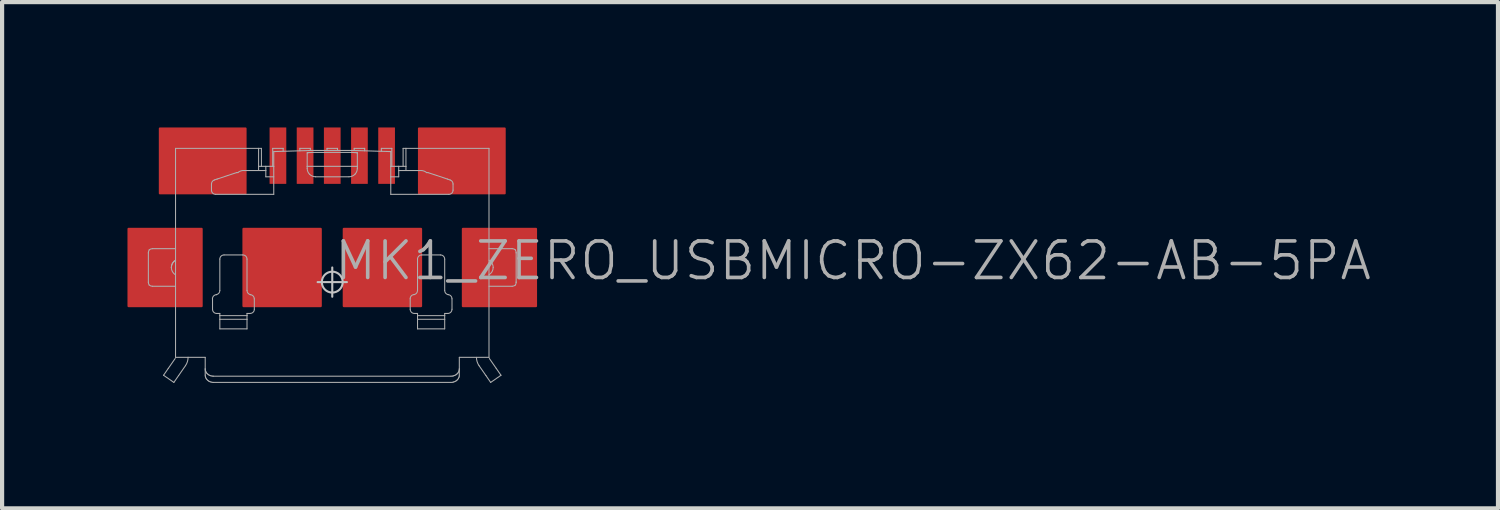
<source format=kicad_pcb>
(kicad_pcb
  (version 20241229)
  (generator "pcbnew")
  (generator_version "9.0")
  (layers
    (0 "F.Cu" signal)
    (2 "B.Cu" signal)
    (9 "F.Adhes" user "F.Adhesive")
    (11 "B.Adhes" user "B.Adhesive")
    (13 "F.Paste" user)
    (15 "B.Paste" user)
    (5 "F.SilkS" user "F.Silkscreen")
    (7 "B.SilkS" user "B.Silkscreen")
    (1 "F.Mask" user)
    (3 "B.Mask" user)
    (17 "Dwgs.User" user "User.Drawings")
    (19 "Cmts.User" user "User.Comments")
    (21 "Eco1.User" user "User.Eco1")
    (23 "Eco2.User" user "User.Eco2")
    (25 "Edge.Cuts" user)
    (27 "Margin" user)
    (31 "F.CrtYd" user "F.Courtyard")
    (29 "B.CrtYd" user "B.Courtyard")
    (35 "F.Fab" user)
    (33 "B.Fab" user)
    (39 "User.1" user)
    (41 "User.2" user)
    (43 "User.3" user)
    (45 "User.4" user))
  (footprint "MK1_ZERO_USBMICRO-ZX62-AB-5PA"
    (layer "F.Cu")
    (at 4.9 3.7)
    (property "Reference" "MK1_ZERO_USBMICRO-ZX62-AB-5PA" (at 0 0 0) (layer "F.Fab") (effects (font (size 0.874 0.874) (thickness 0.087)) (justify left bottom)))
    (attr through_hole)
    (fp_line (start 0 -0.35) (end 0 0.35) (stroke (width 0.05) (type solid)) (layer "Dwgs.User"))
    (fp_line (start 0.35 0) (end -0.35 0) (stroke (width 0.05) (type solid)) (layer "Dwgs.User"))
    (fp_circle (center 0 0) (end 0.25 0) (stroke (width 0.05) (type solid)) (fill no) (layer "Dwgs.User"))
    (fp_line (start -4.4 0) (end -4.4 -0.7) (stroke (width 0.025) (type solid)) (layer "F.Fab"))
    (fp_line (start -4.304 -0.8) (end -3.75 -0.8) (stroke (width 0.025) (type solid)) (layer "F.Fab"))
    (fp_line (start -4.037 2.229) (end -3.79 2.4) (stroke (width 0.025) (type solid)) (layer "F.Fab"))
    (fp_line (start -3.923 2.064) (end -4.037 2.229) (stroke (width 0.025) (type solid)) (layer "F.Fab"))
    (fp_line (start -3.79 2.4) (end -3.676 2.235) (stroke (width 0.025) (type solid)) (layer "F.Fab"))
    (fp_line (start -3.759 1.828) (end -3.923 2.064) (stroke (width 0.025) (type solid)) (layer "F.Fab"))
    (fp_line (start -3.75 -3.2) (end -3.75 -0.8) (stroke (width 0.025) (type solid)) (layer "F.Fab"))
    (fp_line (start -3.75 -0.8) (end -3.75 -0.524) (stroke (width 0.025) (type solid)) (layer "F.Fab"))
    (fp_line (start -3.75 -0.524) (end -3.75 -0.523) (stroke (width 0.025) (type solid)) (layer "F.Fab"))
    (fp_line (start -3.75 -0.523) (end -3.75 0.1) (stroke (width 0.025) (type solid)) (layer "F.Fab"))
    (fp_line (start -3.75 0.1) (end -4.304 0.1) (stroke (width 0.025) (type solid)) (layer "F.Fab"))
    (fp_line (start -3.75 0.1) (end -3.75 1.8) (stroke (width 0.025) (type solid)) (layer "F.Fab"))
    (fp_line (start -3.75 1.8) (end -3.45 1.8) (stroke (width 0.025) (type solid)) (layer "F.Fab"))
    (fp_line (start -3.676 2.235) (end -3.512 1.999) (stroke (width 0.025) (type solid)) (layer "F.Fab"))
    (fp_line (start -3.45 1.8) (end -3.04 1.8) (stroke (width 0.025) (type solid)) (layer "F.Fab"))
    (fp_line (start -3.04 1.8) (end -3.04 2.077) (stroke (width 0.025) (type solid)) (layer "F.Fab"))
    (fp_line (start -3.04 2.077) (end -3.04 2.226) (stroke (width 0.025) (type solid)) (layer "F.Fab"))
    (fp_line (start -3.04 2.226) (end -3.037 2.253) (stroke (width 0.025) (type solid)) (layer "F.Fab"))
    (fp_line (start -3.037 2.105) (end -3.04 2.077) (stroke (width 0.025) (type solid)) (layer "F.Fab"))
    (fp_line (start -3.037 2.253) (end -3.03 2.28) (stroke (width 0.025) (type solid)) (layer "F.Fab"))
    (fp_line (start -3.03 2.131) (end -3.037 2.105) (stroke (width 0.025) (type solid)) (layer "F.Fab"))
    (fp_line (start -3.03 2.28) (end -3.018 2.305) (stroke (width 0.025) (type solid)) (layer "F.Fab"))
    (fp_line (start -3.018 2.156) (end -3.03 2.131) (stroke (width 0.025) (type solid)) (layer "F.Fab"))
    (fp_line (start -3.018 2.305) (end -3.002 2.328) (stroke (width 0.025) (type solid)) (layer "F.Fab"))
    (fp_line (start -3.002 2.18) (end -3.018 2.156) (stroke (width 0.025) (type solid)) (layer "F.Fab"))
    (fp_line (start -3.002 2.328) (end -2.981 2.349) (stroke (width 0.025) (type solid)) (layer "F.Fab"))
    (fp_line (start -2.981 2.2) (end -3.002 2.18) (stroke (width 0.025) (type solid)) (layer "F.Fab"))
    (fp_line (start -2.981 2.349) (end -2.958 2.367) (stroke (width 0.025) (type solid)) (layer "F.Fab"))
    (fp_line (start -2.958 2.218) (end -2.981 2.2) (stroke (width 0.025) (type solid)) (layer "F.Fab"))
    (fp_line (start -2.958 2.367) (end -2.931 2.381) (stroke (width 0.025) (type solid)) (layer "F.Fab"))
    (fp_line (start -2.931 2.232) (end -2.958 2.218) (stroke (width 0.025) (type solid)) (layer "F.Fab"))
    (fp_line (start -2.931 2.381) (end -2.902 2.391) (stroke (width 0.025) (type solid)) (layer "F.Fab"))
    (fp_line (start -2.902 2.243) (end -2.931 2.232) (stroke (width 0.025) (type solid)) (layer "F.Fab"))
    (fp_line (start -2.902 2.391) (end -2.871 2.398) (stroke (width 0.025) (type solid)) (layer "F.Fab"))
    (fp_line (start -2.89 -2.348) (end -2.89 -2.2) (stroke (width 0.025) (type solid)) (layer "F.Fab"))
    (fp_line (start -2.871 2.249) (end -2.902 2.243) (stroke (width 0.025) (type solid)) (layer "F.Fab"))
    (fp_line (start -2.871 2.398) (end -2.84 2.4) (stroke (width 0.025) (type solid)) (layer "F.Fab"))
    (fp_line (start -2.865 0.65) (end -2.865 0.4) (stroke (width 0.025) (type solid)) (layer "F.Fab"))
    (fp_line (start -2.84 2.251) (end -2.871 2.249) (stroke (width 0.025) (type solid)) (layer "F.Fab"))
    (fp_line (start -2.84 2.4) (end 2.84 2.4) (stroke (width 0.025) (type solid)) (layer "F.Fab"))
    (fp_line (start -2.79 -2.1) (end -1.4 -2.1) (stroke (width 0.025) (type solid)) (layer "F.Fab"))
    (fp_line (start -2.755 -2.466) (end -2.822 -2.443) (stroke (width 0.025) (type solid)) (layer "F.Fab"))
    (fp_line (start -2.69 0.201) (end -2.69 -0.55) (stroke (width 0.025) (type solid)) (layer "F.Fab"))
    (fp_line (start -2.69 0.75) (end -2.765 0.75) (stroke (width 0.025) (type solid)) (layer "F.Fab"))
    (fp_line (start -2.69 0.802) (end -2.69 0.75) (stroke (width 0.025) (type solid)) (layer "F.Fab"))
    (fp_line (start -2.69 0.89) (end -2.69 0.802) (stroke (width 0.025) (type solid)) (layer "F.Fab"))
    (fp_line (start -2.69 1.119) (end -2.69 0.89) (stroke (width 0.025) (type solid)) (layer "F.Fab"))
    (fp_line (start -2.59 -0.65) (end -2.14 -0.65) (stroke (width 0.025) (type solid)) (layer "F.Fab"))
    (fp_line (start -2.5 -2.551) (end -2.755 -2.466) (stroke (width 0.025) (type solid)) (layer "F.Fab"))
    (fp_line (start -2.29 -2.62) (end -2.5 -2.551) (stroke (width 0.025) (type solid)) (layer "F.Fab"))
    (fp_line (start -2.258 -2.62) (end -2.29 -2.62) (stroke (width 0.025) (type solid)) (layer "F.Fab"))
    (fp_line (start -2.04 -0.55) (end -2.04 0.201) (stroke (width 0.025) (type solid)) (layer "F.Fab"))
    (fp_line (start -2.04 0.75) (end -2.04 0.802) (stroke (width 0.025) (type solid)) (layer "F.Fab"))
    (fp_line (start -2.04 0.802) (end -2.69 0.802) (stroke (width 0.025) (type solid)) (layer "F.Fab"))
    (fp_line (start -2.04 0.802) (end -2.04 0.89) (stroke (width 0.025) (type solid)) (layer "F.Fab"))
    (fp_line (start -2.04 0.89) (end -2.69 0.89) (stroke (width 0.025) (type solid)) (layer "F.Fab"))
    (fp_line (start -2.04 0.89) (end -2.04 1.119) (stroke (width 0.025) (type solid)) (layer "F.Fab"))
    (fp_line (start -2.04 1.119) (end -2.69 1.119) (stroke (width 0.025) (type solid)) (layer "F.Fab"))
    (fp_line (start -1.965 0.75) (end -2.04 0.75) (stroke (width 0.025) (type solid)) (layer "F.Fab"))
    (fp_line (start -1.865 0.4) (end -1.865 0.65) (stroke (width 0.025) (type solid)) (layer "F.Fab"))
    (fp_line (start -1.763 -3.2) (end -3.75 -3.2) (stroke (width 0.025) (type solid)) (layer "F.Fab"))
    (fp_line (start -1.763 -3.2) (end -1.695 -3.2) (stroke (width 0.025) (type solid)) (layer "F.Fab"))
    (fp_line (start -1.763 -2.77) (end -1.763 -3.2) (stroke (width 0.025) (type solid)) (layer "F.Fab"))
    (fp_line (start -1.763 -2.77) (end -1.763 -2.67) (stroke (width 0.025) (type solid)) (layer "F.Fab"))
    (fp_line (start -1.763 -2.77) (end -1.59 -2.77) (stroke (width 0.025) (type solid)) (layer "F.Fab"))
    (fp_line (start -1.763 -2.67) (end -2.112 -2.67) (stroke (width 0.025) (type solid)) (layer "F.Fab"))
    (fp_line (start -1.695 -3.2) (end -1.695 -2.77) (stroke (width 0.025) (type solid)) (layer "F.Fab"))
    (fp_line (start -1.59 -2.77) (end -1.59 -2.67) (stroke (width 0.025) (type solid)) (layer "F.Fab"))
    (fp_line (start -1.59 -2.77) (end -1.4 -2.77) (stroke (width 0.025) (type solid)) (layer "F.Fab"))
    (fp_line (start -1.59 -2.67) (end -1.763 -2.67) (stroke (width 0.025) (type solid)) (layer "F.Fab"))
    (fp_line (start -1.59 -2.52) (end -1.59 -2.67) (stroke (width 0.025) (type solid)) (layer "F.Fab"))
    (fp_line (start -1.425 -3.2) (end -1.175 -3.2) (stroke (width 0.025) (type solid)) (layer "F.Fab"))
    (fp_line (start -1.425 -2.77) (end -1.425 -3.2) (stroke (width 0.025) (type solid)) (layer "F.Fab"))
    (fp_line (start -1.4 -3.123) (end -1.4 -2.77) (stroke (width 0.025) (type solid)) (layer "F.Fab"))
    (fp_line (start -1.4 -2.52) (end -1.59 -2.52) (stroke (width 0.025) (type solid)) (layer "F.Fab"))
    (fp_line (start -1.4 -2.1) (end -1.4 -2.77) (stroke (width 0.025) (type solid)) (layer "F.Fab"))
    (fp_line (start -1.175 -3.13) (end -1.175 -3.2) (stroke (width 0.025) (type solid)) (layer "F.Fab"))
    (fp_line (start -0.775 -3.2) (end -0.775 -3.142) (stroke (width 0.025) (type solid)) (layer "F.Fab"))
    (fp_line (start -0.775 -3.2) (end -0.525 -3.2) (stroke (width 0.025) (type solid)) (layer "F.Fab"))
    (fp_line (start -0.6 -3.092) (end -0.597 -3.094) (stroke (width 0.025) (type solid)) (layer "F.Fab"))
    (fp_line (start -0.6 -2.77) (end -0.6 -3.092) (stroke (width 0.025) (type solid)) (layer "F.Fab"))
    (fp_line (start -0.6 -2.77) (end 0.6 -2.77) (stroke (width 0.025) (type solid)) (layer "F.Fab"))
    (fp_line (start -0.6 -2.72) (end -0.6 -2.77) (stroke (width 0.025) (type solid)) (layer "F.Fab"))
    (fp_line (start -0.597 -3.094) (end -0.59 -3.096) (stroke (width 0.025) (type solid)) (layer "F.Fab"))
    (fp_line (start -0.59 -3.096) (end -0.578 -3.097) (stroke (width 0.025) (type solid)) (layer "F.Fab"))
    (fp_line (start -0.578 -3.097) (end -0.562 -3.099) (stroke (width 0.025) (type solid)) (layer "F.Fab"))
    (fp_line (start -0.562 -3.099) (end -0.541 -3.1) (stroke (width 0.025) (type solid)) (layer "F.Fab"))
    (fp_line (start -0.541 -3.1) (end -0.518 -3.101) (stroke (width 0.025) (type solid)) (layer "F.Fab"))
    (fp_line (start -0.525 -3.15) (end -0.525 -3.2) (stroke (width 0.025) (type solid)) (layer "F.Fab"))
    (fp_line (start -0.518 -3.101) (end -0.491 -3.102) (stroke (width 0.025) (type solid)) (layer "F.Fab"))
    (fp_line (start -0.5 -3.15) (end -1.4 -3.123) (stroke (width 0.025) (type solid)) (layer "F.Fab"))
    (fp_line (start -0.491 -3.102) (end -0.462 -3.103) (stroke (width 0.025) (type solid)) (layer "F.Fab"))
    (fp_line (start -0.462 -3.103) (end 0.462 -3.103) (stroke (width 0.025) (type solid)) (layer "F.Fab"))
    (fp_line (start -0.125 -3.2) (end -0.125 -3.15) (stroke (width 0.025) (type solid)) (layer "F.Fab"))
    (fp_line (start -0.125 -3.2) (end 0.125 -3.2) (stroke (width 0.025) (type solid)) (layer "F.Fab"))
    (fp_line (start 0.125 -3.15) (end 0.125 -3.2) (stroke (width 0.025) (type solid)) (layer "F.Fab"))
    (fp_line (start 0.4 -2.52) (end -0.4 -2.52) (stroke (width 0.025) (type solid)) (layer "F.Fab"))
    (fp_line (start 0.462 -3.103) (end 0.491 -3.102) (stroke (width 0.025) (type solid)) (layer "F.Fab"))
    (fp_line (start 0.491 -3.102) (end 0.518 -3.101) (stroke (width 0.025) (type solid)) (layer "F.Fab"))
    (fp_line (start 0.5 -3.15) (end -0.5 -3.15) (stroke (width 0.025) (type solid)) (layer "F.Fab"))
    (fp_line (start 0.518 -3.101) (end 0.541 -3.1) (stroke (width 0.025) (type solid)) (layer "F.Fab"))
    (fp_line (start 0.525 -3.2) (end 0.525 -3.15) (stroke (width 0.025) (type solid)) (layer "F.Fab"))
    (fp_line (start 0.525 -3.2) (end 0.775 -3.2) (stroke (width 0.025) (type solid)) (layer "F.Fab"))
    (fp_line (start 0.541 -3.1) (end 0.562 -3.099) (stroke (width 0.025) (type solid)) (layer "F.Fab"))
    (fp_line (start 0.562 -3.099) (end 0.578 -3.097) (stroke (width 0.025) (type solid)) (layer "F.Fab"))
    (fp_line (start 0.578 -3.097) (end 0.59 -3.096) (stroke (width 0.025) (type solid)) (layer "F.Fab"))
    (fp_line (start 0.59 -3.096) (end 0.598 -3.094) (stroke (width 0.025) (type solid)) (layer "F.Fab"))
    (fp_line (start 0.598 -3.094) (end 0.6 -3.092) (stroke (width 0.025) (type solid)) (layer "F.Fab"))
    (fp_line (start 0.6 -3.092) (end 0.6 -2.77) (stroke (width 0.025) (type solid)) (layer "F.Fab"))
    (fp_line (start 0.6 -2.77) (end 0.6 -2.72) (stroke (width 0.025) (type solid)) (layer "F.Fab"))
    (fp_line (start 0.775 -3.142) (end 0.775 -3.2) (stroke (width 0.025) (type solid)) (layer "F.Fab"))
    (fp_line (start 1.175 -3.2) (end 1.175 -3.13) (stroke (width 0.025) (type solid)) (layer "F.Fab"))
    (fp_line (start 1.175 -3.2) (end 1.425 -3.2) (stroke (width 0.025) (type solid)) (layer "F.Fab"))
    (fp_line (start 1.4 -3.123) (end 0.5 -3.15) (stroke (width 0.025) (type solid)) (layer "F.Fab"))
    (fp_line (start 1.4 -2.77) (end 1.4 -3.123) (stroke (width 0.025) (type solid)) (layer "F.Fab"))
    (fp_line (start 1.4 -2.77) (end 1.59 -2.77) (stroke (width 0.025) (type solid)) (layer "F.Fab"))
    (fp_line (start 1.4 -2.52) (end 1.4 -2.77) (stroke (width 0.025) (type solid)) (layer "F.Fab"))
    (fp_line (start 1.4 -2.1) (end 1.4 -2.52) (stroke (width 0.025) (type solid)) (layer "F.Fab"))
    (fp_line (start 1.425 -3.2) (end 1.425 -2.77) (stroke (width 0.025) (type solid)) (layer "F.Fab"))
    (fp_line (start 1.59 -2.77) (end 1.59 -2.67) (stroke (width 0.025) (type solid)) (layer "F.Fab"))
    (fp_line (start 1.59 -2.67) (end 1.59 -2.52) (stroke (width 0.025) (type solid)) (layer "F.Fab"))
    (fp_line (start 1.59 -2.67) (end 2.112 -2.67) (stroke (width 0.025) (type solid)) (layer "F.Fab"))
    (fp_line (start 1.59 -2.52) (end 1.4 -2.52) (stroke (width 0.025) (type solid)) (layer "F.Fab"))
    (fp_line (start 1.695 -3.2) (end 1.695 -2.77) (stroke (width 0.025) (type solid)) (layer "F.Fab"))
    (fp_line (start 1.763 -3.2) (end 1.695 -3.2) (stroke (width 0.025) (type solid)) (layer "F.Fab"))
    (fp_line (start 1.763 -3.2) (end 1.763 -2.77) (stroke (width 0.025) (type solid)) (layer "F.Fab"))
    (fp_line (start 1.763 -2.77) (end 1.59 -2.77) (stroke (width 0.025) (type solid)) (layer "F.Fab"))
    (fp_line (start 1.763 -2.77) (end 1.763 -2.67) (stroke (width 0.025) (type solid)) (layer "F.Fab"))
    (fp_line (start 1.865 0.65) (end 1.865 0.4) (stroke (width 0.025) (type solid)) (layer "F.Fab"))
    (fp_line (start 2.04 0.201) (end 2.04 -0.55) (stroke (width 0.025) (type solid)) (layer "F.Fab"))
    (fp_line (start 2.04 0.75) (end 1.965 0.75) (stroke (width 0.025) (type solid)) (layer "F.Fab"))
    (fp_line (start 2.04 0.802) (end 2.04 0.75) (stroke (width 0.025) (type solid)) (layer "F.Fab"))
    (fp_line (start 2.04 0.802) (end 2.69 0.802) (stroke (width 0.025) (type solid)) (layer "F.Fab"))
    (fp_line (start 2.04 0.89) (end 2.04 0.802) (stroke (width 0.025) (type solid)) (layer "F.Fab"))
    (fp_line (start 2.04 0.89) (end 2.69 0.89) (stroke (width 0.025) (type solid)) (layer "F.Fab"))
    (fp_line (start 2.04 1.119) (end 2.04 0.89) (stroke (width 0.025) (type solid)) (layer "F.Fab"))
    (fp_line (start 2.14 -0.65) (end 2.59 -0.65) (stroke (width 0.025) (type solid)) (layer "F.Fab"))
    (fp_line (start 2.258 -2.62) (end 2.29 -2.62) (stroke (width 0.025) (type solid)) (layer "F.Fab"))
    (fp_line (start 2.29 -2.62) (end 2.5 -2.551) (stroke (width 0.025) (type solid)) (layer "F.Fab"))
    (fp_line (start 2.5 -2.551) (end 2.755 -2.466) (stroke (width 0.025) (type solid)) (layer "F.Fab"))
    (fp_line (start 2.69 -0.55) (end 2.69 0.201) (stroke (width 0.025) (type solid)) (layer "F.Fab"))
    (fp_line (start 2.69 0.75) (end 2.69 0.802) (stroke (width 0.025) (type solid)) (layer "F.Fab"))
    (fp_line (start 2.69 0.802) (end 2.69 0.89) (stroke (width 0.025) (type solid)) (layer "F.Fab"))
    (fp_line (start 2.69 0.89) (end 2.69 1.119) (stroke (width 0.025) (type solid)) (layer "F.Fab"))
    (fp_line (start 2.69 1.119) (end 2.04 1.119) (stroke (width 0.025) (type solid)) (layer "F.Fab"))
    (fp_line (start 2.755 -2.466) (end 2.822 -2.443) (stroke (width 0.025) (type solid)) (layer "F.Fab"))
    (fp_line (start 2.764 0.75) (end 2.69 0.75) (stroke (width 0.025) (type solid)) (layer "F.Fab"))
    (fp_line (start 2.765 0.75) (end 2.764 0.75) (stroke (width 0.025) (type solid)) (layer "F.Fab"))
    (fp_line (start 2.79 -2.1) (end 1.4 -2.1) (stroke (width 0.025) (type solid)) (layer "F.Fab"))
    (fp_line (start 2.84 2.251) (end -2.84 2.251) (stroke (width 0.025) (type solid)) (layer "F.Fab"))
    (fp_line (start 2.84 2.4) (end 2.871 2.398) (stroke (width 0.025) (type solid)) (layer "F.Fab"))
    (fp_line (start 2.865 0.4) (end 2.865 0.65) (stroke (width 0.025) (type solid)) (layer "F.Fab"))
    (fp_line (start 2.871 2.249) (end 2.84 2.251) (stroke (width 0.025) (type solid)) (layer "F.Fab"))
    (fp_line (start 2.871 2.398) (end 2.902 2.391) (stroke (width 0.025) (type solid)) (layer "F.Fab"))
    (fp_line (start 2.89 -2.348) (end 2.89 -2.2) (stroke (width 0.025) (type solid)) (layer "F.Fab"))
    (fp_line (start 2.902 2.243) (end 2.871 2.249) (stroke (width 0.025) (type solid)) (layer "F.Fab"))
    (fp_line (start 2.902 2.391) (end 2.931 2.381) (stroke (width 0.025) (type solid)) (layer "F.Fab"))
    (fp_line (start 2.931 2.232) (end 2.902 2.243) (stroke (width 0.025) (type solid)) (layer "F.Fab"))
    (fp_line (start 2.931 2.381) (end 2.958 2.367) (stroke (width 0.025) (type solid)) (layer "F.Fab"))
    (fp_line (start 2.958 2.218) (end 2.931 2.232) (stroke (width 0.025) (type solid)) (layer "F.Fab"))
    (fp_line (start 2.958 2.367) (end 2.981 2.349) (stroke (width 0.025) (type solid)) (layer "F.Fab"))
    (fp_line (start 2.981 2.2) (end 2.958 2.218) (stroke (width 0.025) (type solid)) (layer "F.Fab"))
    (fp_line (start 2.981 2.349) (end 3.002 2.328) (stroke (width 0.025) (type solid)) (layer "F.Fab"))
    (fp_line (start 3.002 2.18) (end 2.981 2.2) (stroke (width 0.025) (type solid)) (layer "F.Fab"))
    (fp_line (start 3.002 2.328) (end 3.018 2.305) (stroke (width 0.025) (type solid)) (layer "F.Fab"))
    (fp_line (start 3.018 2.156) (end 3.002 2.18) (stroke (width 0.025) (type solid)) (layer "F.Fab"))
    (fp_line (start 3.018 2.305) (end 3.03 2.28) (stroke (width 0.025) (type solid)) (layer "F.Fab"))
    (fp_line (start 3.03 2.131) (end 3.018 2.156) (stroke (width 0.025) (type solid)) (layer "F.Fab"))
    (fp_line (start 3.03 2.28) (end 3.038 2.253) (stroke (width 0.025) (type solid)) (layer "F.Fab"))
    (fp_line (start 3.038 2.105) (end 3.03 2.131) (stroke (width 0.025) (type solid)) (layer "F.Fab"))
    (fp_line (start 3.038 2.253) (end 3.04 2.226) (stroke (width 0.025) (type solid)) (layer "F.Fab"))
    (fp_line (start 3.04 1.8) (end 3.75 1.8) (stroke (width 0.025) (type solid)) (layer "F.Fab"))
    (fp_line (start 3.04 2.077) (end 3.038 2.105) (stroke (width 0.025) (type solid)) (layer "F.Fab"))
    (fp_line (start 3.04 2.077) (end 3.04 1.8) (stroke (width 0.025) (type solid)) (layer "F.Fab"))
    (fp_line (start 3.04 2.226) (end 3.04 2.077) (stroke (width 0.025) (type solid)) (layer "F.Fab"))
    (fp_line (start 3.512 1.999) (end 3.676 2.235) (stroke (width 0.025) (type solid)) (layer "F.Fab"))
    (fp_line (start 3.676 2.235) (end 3.79 2.4) (stroke (width 0.025) (type solid)) (layer "F.Fab"))
    (fp_line (start 3.75 -3.2) (end 1.763 -3.2) (stroke (width 0.025) (type solid)) (layer "F.Fab"))
    (fp_line (start 3.75 -0.8) (end 4.304 -0.8) (stroke (width 0.025) (type solid)) (layer "F.Fab"))
    (fp_line (start 3.75 1.8) (end 3.75 -3.2) (stroke (width 0.025) (type solid)) (layer "F.Fab"))
    (fp_line (start 3.79 2.4) (end 4.037 2.229) (stroke (width 0.025) (type solid)) (layer "F.Fab"))
    (fp_line (start 3.923 2.064) (end 3.759 1.828) (stroke (width 0.025) (type solid)) (layer "F.Fab"))
    (fp_line (start 4.037 2.229) (end 3.923 2.064) (stroke (width 0.025) (type solid)) (layer "F.Fab"))
    (fp_line (start 4.304 0.1) (end 3.75 0.1) (stroke (width 0.025) (type solid)) (layer "F.Fab"))
    (fp_line (start 4.4 -0.7) (end 4.4 0) (stroke (width 0.025) (type solid)) (layer "F.Fab"))
    (fp_arc (start -4.400103 -0.700003) (mid -4.40006 -0.701502) (end -4.4 -0.703) (stroke (width 0.025) (type solid)) (layer "F.Fab"))
    (fp_arc (start -4.400015 0.002) (mid -4.400011 0.001) (end -4.4 0) (stroke (width 0.025) (type solid)) (layer "F.Fab"))
    (fp_arc (start -4.399471 -0.703) (mid -4.394507 -0.738366) (end -4.38 -0.771) (stroke (width 0.025) (type solid)) (layer "F.Fab"))
    (fp_arc (start -4.380446 0.070278) (mid -4.395014 0.037511) (end -4.4 0.002) (stroke (width 0.025) (type solid)) (layer "F.Fab"))
    (fp_arc (start -4.379915 -0.770895) (mid -4.344409 -0.791843) (end -4.304 -0.8) (stroke (width 0.025) (type solid)) (layer "F.Fab"))
    (fp_arc (start -4.304003 0.099135) (mid -4.344456 0.09097) (end -4.38 0.07) (stroke (width 0.025) (type solid)) (layer "F.Fab"))
    (fp_arc (start -3.850687 -0.349999) (mid -3.823701 -0.450516) (end -3.75 -0.524) (stroke (width 0.025) (type solid)) (layer "F.Fab"))
    (fp_arc (start -3.849821 -0.349999) (mid -3.823076 -0.449866) (end -3.75 -0.523) (stroke (width 0.025) (type solid)) (layer "F.Fab"))
    (fp_arc (start -3.75009 -0.175842) (mid -3.823482 -0.249476) (end -3.85 -0.35) (stroke (width 0.025) (type solid)) (layer "F.Fab"))
    (fp_arc (start -3.449934 1.8) (mid -3.465811 1.904227) (end -3.512 1.999) (stroke (width 0.025) (type solid)) (layer "F.Fab"))
    (fp_arc (start -2.890242 -2.347999) (mid -2.871414 -2.406485) (end -2.822 -2.443) (stroke (width 0.025) (type solid)) (layer "F.Fab"))
    (fp_arc (start -2.867 0.401) (mid -2.837711 0.330289) (end -2.767 0.301) (stroke (width 0.025) (type solid)) (layer "F.Fab"))
    (fp_arc (start -2.79 -2.1) (mid -2.860711 -2.129289) (end -2.89 -2.2) (stroke (width 0.025) (type solid)) (layer "F.Fab"))
    (fp_arc (start -2.765 0.75) (mid -2.835711 0.720711) (end -2.865 0.65) (stroke (width 0.025) (type solid)) (layer "F.Fab"))
    (fp_arc (start -2.690148 0.201) (mid -2.714939 0.266849) (end -2.777 0.3) (stroke (width 0.025) (type solid)) (layer "F.Fab"))
    (fp_arc (start -2.69 -0.55) (mid -2.660711 -0.620711) (end -2.59 -0.65) (stroke (width 0.025) (type solid)) (layer "F.Fab"))
    (fp_arc (start -2.258584 -2.620514) (mid -2.194808 -2.657974) (end -2.122 -2.671) (stroke (width 0.025) (type solid)) (layer "F.Fab"))
    (fp_arc (start -2.14 -0.65) (mid -2.069289 -0.620711) (end -2.04 -0.55) (stroke (width 0.025) (type solid)) (layer "F.Fab"))
    (fp_arc (start -2.122 -2.67024) (mid -2.116999 -2.67018) (end -2.112 -2.67) (stroke (width 0.025) (type solid)) (layer "F.Fab"))
    (fp_arc (start -1.966 0.301) (mid -1.895289 0.330289) (end -1.866 0.401) (stroke (width 0.025) (type solid)) (layer "F.Fab"))
    (fp_arc (start -1.952033 0.300271) (mid -2.014843 0.267319) (end -2.04 0.201) (stroke (width 0.025) (type solid)) (layer "F.Fab"))
    (fp_arc (start -1.864 0.649) (mid -1.893289 0.719711) (end -1.964 0.749) (stroke (width 0.025) (type solid)) (layer "F.Fab"))
    (fp_arc (start -0.542421 -2.579583) (mid -0.585046 -2.644118) (end -0.6 -2.72) (stroke (width 0.025) (type solid)) (layer "F.Fab"))
    (fp_arc (start -0.4 -2.520589) (mid -0.476964 -2.536041) (end -0.542 -2.58) (stroke (width 0.025) (type solid)) (layer "F.Fab"))
    (fp_arc (start 0.542421 -2.579584) (mid 0.477191 -2.535496) (end 0.4 -2.52) (stroke (width 0.025) (type solid)) (layer "F.Fab"))
    (fp_arc (start 0.599408 -2.72) (mid 0.584499 -2.644343) (end 0.542 -2.58) (stroke (width 0.025) (type solid)) (layer "F.Fab"))
    (fp_arc (start 1.864 0.398) (mid 1.893289 0.327289) (end 1.964 0.298) (stroke (width 0.025) (type solid)) (layer "F.Fab"))
    (fp_arc (start 1.965 0.75) (mid 1.894289 0.720711) (end 1.865 0.65) (stroke (width 0.025) (type solid)) (layer "F.Fab"))
    (fp_arc (start 2.039851 0.200999) (mid 2.015061 0.266848) (end 1.953 0.3) (stroke (width 0.025) (type solid)) (layer "F.Fab"))
    (fp_arc (start 2.04 -0.55) (mid 2.069289 -0.620711) (end 2.14 -0.65) (stroke (width 0.025) (type solid)) (layer "F.Fab"))
    (fp_arc (start 2.122 -2.670228) (mid 2.19449 -2.65727) (end 2.258 -2.62) (stroke (width 0.025) (type solid)) (layer "F.Fab"))
    (fp_arc (start 2.59 -0.65) (mid 2.660711 -0.620711) (end 2.69 -0.55) (stroke (width 0.025) (type solid)) (layer "F.Fab"))
    (fp_arc (start 2.764 0.299) (mid 2.834711 0.328289) (end 2.864 0.399) (stroke (width 0.025) (type solid)) (layer "F.Fab"))
    (fp_arc (start 2.777966 0.300269) (mid 2.715157 0.267317) (end 2.69 0.201) (stroke (width 0.025) (type solid)) (layer "F.Fab"))
    (fp_arc (start 2.82192 -2.442768) (mid 2.871215 -2.406343) (end 2.89 -2.348) (stroke (width 0.025) (type solid)) (layer "F.Fab"))
    (fp_arc (start 2.864 0.65) (mid 2.834711 0.720711) (end 2.764 0.75) (stroke (width 0.025) (type solid)) (layer "F.Fab"))
    (fp_arc (start 2.89 -2.2) (mid 2.860711 -2.129289) (end 2.79 -2.1) (stroke (width 0.025) (type solid)) (layer "F.Fab"))
    (fp_arc (start 3.512053 1.998961) (mid 3.465873 1.904206) (end 3.45 1.8) (stroke (width 0.025) (type solid)) (layer "F.Fab"))
    (fp_arc (start 3.750089 -0.524156) (mid 3.823482 -0.450524) (end 3.85 -0.35) (stroke (width 0.025) (type solid)) (layer "F.Fab"))
    (fp_arc (start 3.84982 -0.350001) (mid 3.823076 -0.250134) (end 3.75 -0.177) (stroke (width 0.025) (type solid)) (layer "F.Fab"))
    (fp_arc (start 4.303992 -0.800781) (mid 4.345029 -0.792441) (end 4.381 -0.771) (stroke (width 0.025) (type solid)) (layer "F.Fab"))
    (fp_arc (start 4.380727 -0.770831) (mid 4.395088 -0.738258) (end 4.4 -0.703) (stroke (width 0.025) (type solid)) (layer "F.Fab"))
    (fp_arc (start 4.381143 0.070168) (mid 4.345109 0.091646) (end 4.304 0.1) (stroke (width 0.025) (type solid)) (layer "F.Fab"))
    (fp_arc (start 4.399984 0) (mid 4.399996 0.001) (end 4.4 0.002) (stroke (width 0.025) (type solid)) (layer "F.Fab"))
    (fp_arc (start 4.400034 -0.703) (mid 4.400026 -0.7015) (end 4.4 -0.7) (stroke (width 0.025) (type solid)) (layer "F.Fab"))
    (fp_arc (start 4.400321 0.001999) (mid 4.395397 0.037345) (end 4.381 0.07) (stroke (width 0.025) (type solid)) (layer "F.Fab"))
    (pad "1" smd roundrect (at -1.3 -3.025 180) (size 0.4 1.35) (layers "F.Cu" "F.Mask" "F.Paste") (roundrect_rratio 0.015))
    (pad "2" smd roundrect (at -0.65 -3.025 180) (size 0.4 1.35) (layers "F.Cu" "F.Mask" "F.Paste") (roundrect_rratio 0.015))
    (pad "3" smd roundrect (at 0 -3.025 180) (size 0.4 1.35) (layers "F.Cu" "F.Mask" "F.Paste") (roundrect_rratio 0.015))
    (pad "4" smd roundrect (at 0.65 -3.025 180) (size 0.4 1.35) (layers "F.Cu" "F.Mask" "F.Paste") (roundrect_rratio 0.015))
    (pad "5" smd roundrect (at 1.3 -3.025 180) (size 0.4 1.35) (layers "F.Cu" "F.Mask" "F.Paste") (roundrect_rratio 0.015))
    (pad "6" smd roundrect (at 3.1 -2.9 180) (size 2.1 1.6) (layers "F.Cu" "F.Mask" "F.Paste") (roundrect_rratio 0.015))
    (pad "7" smd roundrect (at 4 -0.35 180) (size 1.8 1.9) (layers "F.Cu" "F.Mask" "F.Paste") (roundrect_rratio 0.015))
    (pad "8" smd roundrect (at 1.2 -0.35 180) (size 1.9 1.9) (layers "F.Cu" "F.Mask" "F.Paste") (roundrect_rratio 0.015))
    (pad "9" smd roundrect (at -1.2 -0.35 180) (size 1.9 1.9) (layers "F.Cu" "F.Mask" "F.Paste") (roundrect_rratio 0.015))
    (pad "10" smd roundrect (at -4 -0.35 180) (size 1.8 1.9) (layers "F.Cu" "F.Mask" "F.Paste") (roundrect_rratio 0.015))
    (pad "11" smd roundrect (at -3.1 -2.9 180) (size 2.1 1.6) (layers "F.Cu" "F.Mask" "F.Paste") (roundrect_rratio 0.015)))
  (gr_rect
    (start -3 -3)
    (end 32.792 9.113)
    (stroke (width 0.1) (type default))
    (fill no)
    (layer "Edge.Cuts")))
</source>
